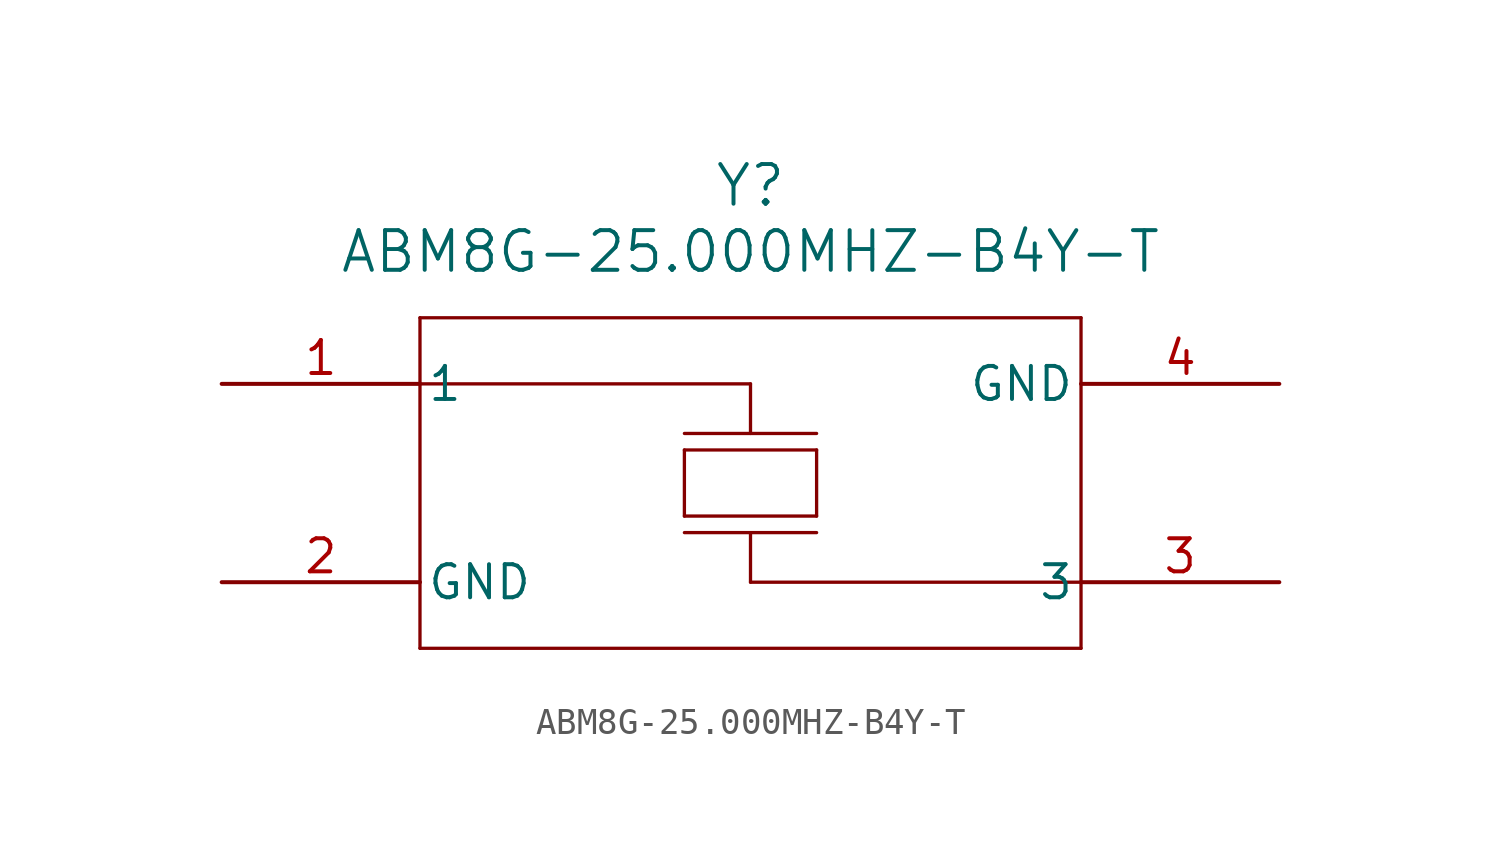
<source format=kicad_sym>
(kicad_symbol_lib
  (version 20211014)
  (generator kicad_symbol_editor)
  (symbol "ABM8G-25.000MHZ-B4Y-T"
    (pin_names
      (offset 0.254))
    (property "Reference" "Y"
      (at 20.32 7.62 0)
      (effects (font (size 1.524 1.524))))
    (property "Value" "ABM8G-25.000MHZ-B4Y-T"
      (at 20.32 5.08 0)
      (effects (font (size 1.524 1.524))))
    (symbol "ABM8G-25.000MHZ-B4Y-T_0_1"
      (polyline (pts (xy 7.62 2.54) (xy 7.62 -10.16)) (stroke (width 0.127) (type default) (color 0 0 0 0)) (fill (type none)))
      (polyline (pts (xy 7.62 -10.16) (xy 33.02 -10.16)) (stroke (width 0.127) (type default) (color 0 0 0 0)) (fill (type none)))
      (polyline (pts (xy 33.02 -10.16) (xy 33.02 2.54)) (stroke (width 0.127) (type default) (color 0 0 0 0)) (fill (type none)))
      (polyline (pts (xy 33.02 2.54) (xy 7.62 2.54)) (stroke (width 0.127) (type default) (color 0 0 0 0)) (fill (type none)))
      (polyline (pts (xy 17.78 -2.54) (xy 17.78 -5.08)) (stroke (width 0.127) (type default) (color 0 0 0 0)) (fill (type none)))
      (polyline (pts (xy 17.78 -5.08) (xy 22.86 -5.08)) (stroke (width 0.127) (type default) (color 0 0 0 0)) (fill (type none)))
      (polyline (pts (xy 22.86 -2.54) (xy 22.86 -5.08)) (stroke (width 0.127) (type default) (color 0 0 0 0)) (fill (type none)))
      (polyline (pts (xy 17.78 -2.54) (xy 22.86 -2.54)) (stroke (width 0.127) (type default) (color 0 0 0 0)) (fill (type none)))
      (polyline (pts (xy 17.78 -1.905) (xy 22.86 -1.905)) (stroke (width 0.127) (type default) (color 0 0 0 0)) (fill (type none)))
      (polyline (pts (xy 17.78 -5.715) (xy 22.86 -5.715)) (stroke (width 0.127) (type default) (color 0 0 0 0)) (fill (type none)))
      (polyline (pts (xy 33.02 -7.62) (xy 20.32 -7.62)) (stroke (width 0.127) (type default) (color 0 0 0 0)) (fill (type none)))
      (polyline (pts (xy 20.32 -7.62) (xy 20.32 -5.715)) (stroke (width 0.127) (type default) (color 0 0 0 0)) (fill (type none)))
      (polyline (pts (xy 7.62 0) (xy 20.32 0)) (stroke (width 0.127) (type default) (color 0 0 0 0)) (fill (type none)))
      (polyline (pts (xy 20.32 0) (xy 20.32 -1.905)) (stroke (width 0.127) (type default) (color 0 0 0 0)) (fill (type none)))
      (pin unspecified line (at 0 0 0) (length 7.62) (name "1" (effects (font (size 1.27 1.27)))) (number "1" (effects (font (size 1.27 1.27)))))
      (pin unspecified line (at 0 -7.62 0) (length 7.62) (name "GND" (effects (font (size 1.27 1.27)))) (number "2" (effects (font (size 1.27 1.27)))))
      (pin unspecified line (at 40.64 -7.62 180) (length 7.62) (name "3" (effects (font (size 1.27 1.27)))) (number "3" (effects (font (size 1.27 1.27)))))
      (pin unspecified line (at 40.64 0 180) (length 7.62) (name "GND" (effects (font (size 1.27 1.27)))) (number "4" (effects (font (size 1.27 1.27))))))))
</source>
